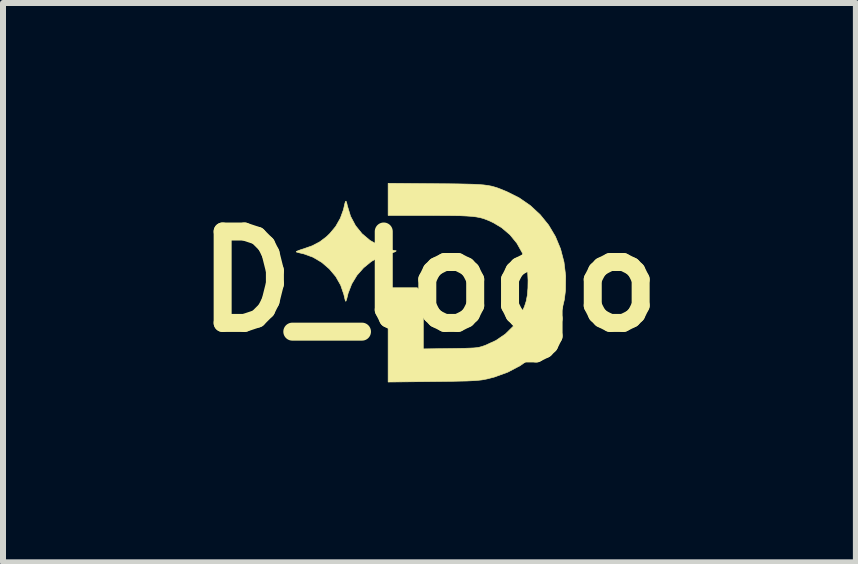
<source format=kicad_pcb>
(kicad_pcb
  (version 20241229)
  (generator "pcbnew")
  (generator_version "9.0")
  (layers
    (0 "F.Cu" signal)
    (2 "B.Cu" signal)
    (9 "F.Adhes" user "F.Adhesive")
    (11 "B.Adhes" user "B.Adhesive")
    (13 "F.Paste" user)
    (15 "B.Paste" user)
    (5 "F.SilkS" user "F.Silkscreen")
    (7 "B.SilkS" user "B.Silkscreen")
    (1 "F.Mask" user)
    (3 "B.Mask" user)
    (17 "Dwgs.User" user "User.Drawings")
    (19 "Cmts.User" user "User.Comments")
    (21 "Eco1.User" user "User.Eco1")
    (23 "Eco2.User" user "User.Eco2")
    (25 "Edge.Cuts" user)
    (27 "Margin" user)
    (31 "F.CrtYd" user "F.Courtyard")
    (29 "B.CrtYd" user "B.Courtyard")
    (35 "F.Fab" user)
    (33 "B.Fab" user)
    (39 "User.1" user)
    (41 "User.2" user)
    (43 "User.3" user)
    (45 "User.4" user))
  (footprint "D_logo"
    (layer "F.Cu")
    (at 4.108 1.643)
    (property "Reference" "D_logo" (at 0 0 0) (layer "F.SilkS") (effects (font (size 1.524 1.524) (thickness 0.3))))
    (attr through_hole)
    (fp_poly (pts (xy -1.381 -1.318) (xy -1.369 -1.266) (xy -1.368 -1.261) (xy -1.315 -1.088) (xy -1.233 -0.933) (xy -1.124 -0.798) (xy -0.991 -0.686) (xy -0.834 -0.599) (xy -0.752 -0.566) (xy -0.684 -0.544) (xy -0.625 -0.526) (xy -0.585 -0.518) (xy -0.578 -0.517) (xy -0.555 -0.513) (xy -0.561 -0.503) (xy -0.592 -0.489) (xy -0.643 -0.474) (xy -0.667 -0.468) (xy -0.823 -0.417) (xy -0.968 -0.336) (xy -1.098 -0.23) (xy -1.209 -0.104) (xy -1.296 0.04) (xy -1.356 0.195) (xy -1.368 0.245) (xy -1.381 0.296) (xy -1.392 0.325) (xy -1.399 0.327) (xy -1.399 0.327) (xy -1.408 0.296) (xy -1.42 0.246) (xy -1.427 0.215) (xy -1.48 0.06) (xy -1.562 -0.084) (xy -1.67 -0.212) (xy -1.797 -0.321) (xy -1.941 -0.406) (xy -2.095 -0.462) (xy -2.109 -0.465) (xy -2.164 -0.478) (xy -2.208 -0.49) (xy -2.221 -0.494) (xy -2.218 -0.502) (xy -2.187 -0.516) (xy -2.134 -0.535) (xy -2.101 -0.545) (xy -1.953 -0.597) (xy -1.828 -0.663) (xy -1.716 -0.748) (xy -1.662 -0.8) (xy -1.563 -0.919) (xy -1.486 -1.055) (xy -1.435 -1.195) (xy -1.428 -1.224) (xy -1.412 -1.295) (xy -1.401 -1.333) (xy -1.391 -1.34) (xy -1.381 -1.318)) (stroke (width 0.01) (type solid)) (fill yes) (layer "F.SilkS"))
    (fp_poly (pts (xy 0.108 -1.631) (xy 0.304 -1.63) (xy 0.47 -1.628) (xy 0.609 -1.625) (xy 0.725 -1.622) (xy 0.821 -1.617) (xy 0.902 -1.611) (xy 0.97 -1.602) (xy 1.03 -1.591) (xy 1.085 -1.576) (xy 1.139 -1.559) (xy 1.196 -1.537) (xy 1.259 -1.511) (xy 1.284 -1.501) (xy 1.494 -1.396) (xy 1.682 -1.266) (xy 1.846 -1.114) (xy 1.986 -0.941) (xy 2.099 -0.751) (xy 2.185 -0.544) (xy 2.242 -0.325) (xy 2.27 -0.094) (xy 2.267 0.146) (xy 2.248 0.301) (xy 2.194 0.529) (xy 2.111 0.742) (xy 1.999 0.937) (xy 1.861 1.113) (xy 1.698 1.269) (xy 1.512 1.401) (xy 1.305 1.51) (xy 1.079 1.592) (xy 0.958 1.623) (xy 0.916 1.631) (xy 0.874 1.639) (xy 0.827 1.644) (xy 0.771 1.649) (xy 0.704 1.653) (xy 0.62 1.657) (xy 0.517 1.659) (xy 0.39 1.662) (xy 0.237 1.664) (xy 0.056 1.666) (xy -0.689 1.674) (xy -0.689 0.103) (xy -0.204 0.103) (xy -0.154 0.154) (xy -0.103 0.204) (xy -0.103 1.122) (xy 0.349 1.116) (xy 0.486 1.114) (xy 0.594 1.112) (xy 0.677 1.109) (xy 0.741 1.106) (xy 0.791 1.101) (xy 0.831 1.094) (xy 0.868 1.084) (xy 0.904 1.072) (xy 0.927 1.064) (xy 1.107 0.982) (xy 1.264 0.875) (xy 1.397 0.744) (xy 1.503 0.591) (xy 1.583 0.417) (xy 1.612 0.327) (xy 1.631 0.228) (xy 1.641 0.108) (xy 1.643 -0.021) (xy 1.637 -0.146) (xy 1.623 -0.255) (xy 1.614 -0.293) (xy 1.549 -0.475) (xy 1.457 -0.639) (xy 1.341 -0.781) (xy 1.202 -0.899) (xy 1.068 -0.979) (xy 1.008 -1.008) (xy 0.953 -1.031) (xy 0.899 -1.051) (xy 0.843 -1.066) (xy 0.779 -1.078) (xy 0.705 -1.087) (xy 0.616 -1.093) (xy 0.509 -1.098) (xy 0.379 -1.1) (xy 0.224 -1.101) (xy 0.039 -1.102) (xy -0.004 -1.102) (xy -0.689 -1.102) (xy -0.689 -1.638) (xy 0.108 -1.631)) (stroke (width 0.01) (type solid)) (fill yes) (layer "F.SilkS")))
  (gr_rect
    (start -3 -3)
    (end 11.215 6.322)
    (stroke (width 0.1) (type default))
    (fill no)
    (layer "Edge.Cuts")))
</source>
